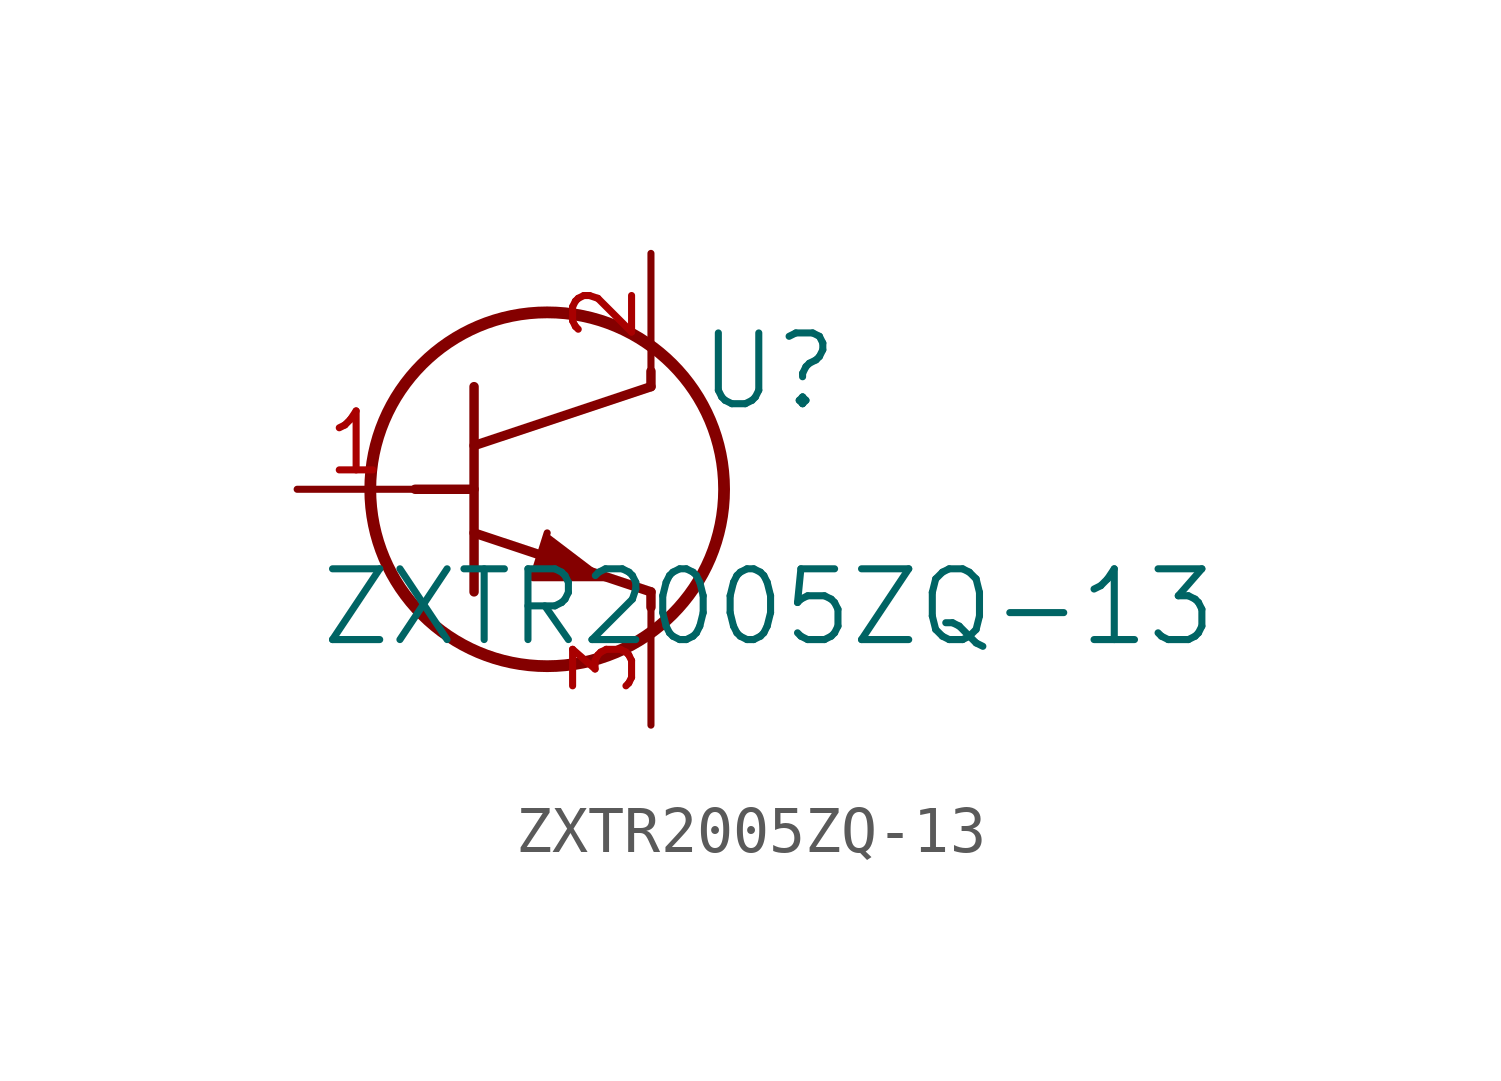
<source format=kicad_sym>
(kicad_symbol_lib
  (version 20211014)
  (generator kicad_symbol_editor)
  (symbol "ZXTR2005ZQ-13"
    (pin_names
      (offset 0.254))
    (property "Reference" "U"
      (at 10.16 2.54 0)
      (effects (font (size 1.524 1.524))))
    (property "Value" "ZXTR2005ZQ-13"
      (at 10.16 -2.54 0)
      (effects (font (size 1.524 1.524))))
    (symbol "ZXTR2005ZQ-13_0_1"
      (circle (center 5.385 0) (radius 3.81) (stroke (width 0.254) (type default) (color 0 0 0 0)) (fill (type none)))
      (polyline (pts (xy 3.81 -2.21) (xy 3.81 2.21)) (stroke (width 0.203) (type default) (color 0 0 0 0)) (fill (type none)))
      (polyline (pts (xy 3.81 0.94) (xy 7.62 2.21)) (stroke (width 0.203) (type default) (color 0 0 0 0)) (fill (type none)))
      (polyline (pts (xy 3.81 -0.94) (xy 7.62 -2.21)) (stroke (width 0.203) (type default) (color 0 0 0 0)) (fill (type none)))
      (polyline (pts (xy 7.62 -2.54) (xy 7.62 -2.21)) (stroke (width 0.203) (type default) (color 0 0 0 0)) (fill (type none)))
      (polyline (pts (xy 7.62 2.21) (xy 7.62 2.54)) (stroke (width 0.203) (type default) (color 0 0 0 0)) (fill (type none)))
      (polyline (pts (xy 2.54 0) (xy 3.81 0)) (stroke (width 0.203) (type default) (color 0 0 0 0)) (fill (type none)))
      (polyline (pts (xy 5.385 -0.94) (xy 5.08 -1.905) (xy 6.655 -1.905)) (stroke (width 0) (type default) (color 0 0 0 0)) (fill (type outline)))
      (pin unspecified line (at 0 0 0) (length 2.54) (name "" (effects (font (size 1.27 1.27)))) (number "1" (effects (font (size 1.27 1.27)))))
      (pin unspecified line (at 7.62 5.08 270) (length 2.54) (name "" (effects (font (size 1.27 1.27)))) (number "2" (effects (font (size 1.27 1.27)))))
      (pin unspecified line (at 7.62 -5.08 90) (length 2.54) (name "" (effects (font (size 1.27 1.27)))) (number "3" (effects (font (size 1.27 1.27))))))))
</source>
